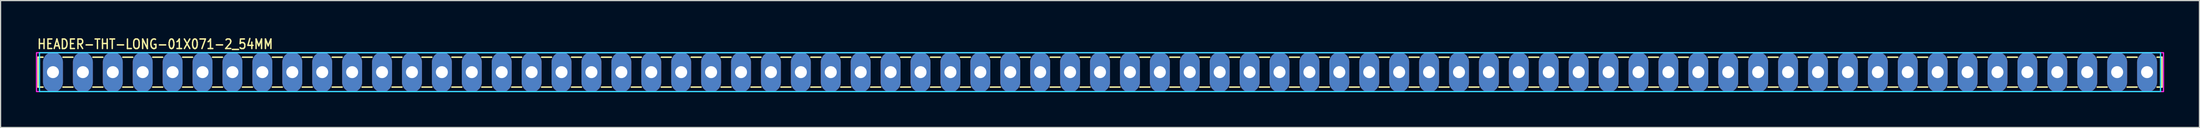
<source format=kicad_pcb>
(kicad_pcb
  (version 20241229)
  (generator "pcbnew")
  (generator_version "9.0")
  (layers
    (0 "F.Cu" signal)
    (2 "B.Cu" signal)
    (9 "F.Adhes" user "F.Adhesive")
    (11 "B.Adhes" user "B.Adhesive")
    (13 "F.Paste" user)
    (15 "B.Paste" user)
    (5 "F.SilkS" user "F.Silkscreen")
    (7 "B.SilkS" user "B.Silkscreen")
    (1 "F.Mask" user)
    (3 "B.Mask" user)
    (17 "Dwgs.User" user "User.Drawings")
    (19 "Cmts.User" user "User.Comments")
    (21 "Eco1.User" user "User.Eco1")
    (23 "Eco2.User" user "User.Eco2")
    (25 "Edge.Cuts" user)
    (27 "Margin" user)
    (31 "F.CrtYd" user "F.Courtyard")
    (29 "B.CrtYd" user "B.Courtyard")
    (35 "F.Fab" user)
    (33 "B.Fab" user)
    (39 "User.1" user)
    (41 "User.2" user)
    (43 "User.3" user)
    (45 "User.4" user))
  (footprint "HEADER-THT-LONG-01X071-2_54MM"
    (layer "F.Cu")
    (at 1.447 3.079)
    (property "Reference" "HEADER-THT-LONG-01X071-2_54MM" (at -1.4 -1.9 0) (unlocked yes) (layer "F.SilkS") (effects (font (size 0.813 0.695) (thickness 0.122)) (justify left bottom)))
    (fp_line (start -1.27 -1.27) (end -1.27 1.27) (stroke (width 0.127) (type solid)) (layer "F.SilkS"))
    (fp_line (start -1.27 1.27) (end -0.85 1.27) (stroke (width 0.127) (type solid)) (layer "F.SilkS"))
    (fp_line (start -0.85 -1.27) (end -1.27 -1.27) (stroke (width 0.127) (type solid)) (layer "F.SilkS"))
    (fp_line (start 0.85 -1.27) (end 1.69 -1.27) (stroke (width 0.127) (type solid)) (layer "F.SilkS"))
    (fp_line (start 0.85 1.27) (end 1.69 1.27) (stroke (width 0.127) (type solid)) (layer "F.SilkS"))
    (fp_line (start 3.39 -1.27) (end 4.23 -1.27) (stroke (width 0.127) (type solid)) (layer "F.SilkS"))
    (fp_line (start 3.39 1.27) (end 4.23 1.27) (stroke (width 0.127) (type solid)) (layer "F.SilkS"))
    (fp_line (start 5.93 -1.27) (end 6.77 -1.27) (stroke (width 0.127) (type solid)) (layer "F.SilkS"))
    (fp_line (start 5.93 1.27) (end 6.77 1.27) (stroke (width 0.127) (type solid)) (layer "F.SilkS"))
    (fp_line (start 8.47 -1.27) (end 9.31 -1.27) (stroke (width 0.127) (type solid)) (layer "F.SilkS"))
    (fp_line (start 8.47 1.27) (end 9.31 1.27) (stroke (width 0.127) (type solid)) (layer "F.SilkS"))
    (fp_line (start 11.01 -1.27) (end 11.85 -1.27) (stroke (width 0.127) (type solid)) (layer "F.SilkS"))
    (fp_line (start 11.01 1.27) (end 11.85 1.27) (stroke (width 0.127) (type solid)) (layer "F.SilkS"))
    (fp_line (start 13.55 -1.27) (end 14.39 -1.27) (stroke (width 0.127) (type solid)) (layer "F.SilkS"))
    (fp_line (start 13.55 1.27) (end 14.39 1.27) (stroke (width 0.127) (type solid)) (layer "F.SilkS"))
    (fp_line (start 16.09 -1.27) (end 16.93 -1.27) (stroke (width 0.127) (type solid)) (layer "F.SilkS"))
    (fp_line (start 16.09 1.27) (end 16.93 1.27) (stroke (width 0.127) (type solid)) (layer "F.SilkS"))
    (fp_line (start 18.63 -1.27) (end 19.47 -1.27) (stroke (width 0.127) (type solid)) (layer "F.SilkS"))
    (fp_line (start 18.63 1.27) (end 19.47 1.27) (stroke (width 0.127) (type solid)) (layer "F.SilkS"))
    (fp_line (start 21.17 -1.27) (end 22.01 -1.27) (stroke (width 0.127) (type solid)) (layer "F.SilkS"))
    (fp_line (start 21.17 1.27) (end 22.01 1.27) (stroke (width 0.127) (type solid)) (layer "F.SilkS"))
    (fp_line (start 23.71 -1.27) (end 24.55 -1.27) (stroke (width 0.127) (type solid)) (layer "F.SilkS"))
    (fp_line (start 23.71 1.27) (end 24.55 1.27) (stroke (width 0.127) (type solid)) (layer "F.SilkS"))
    (fp_line (start 26.25 -1.27) (end 27.09 -1.27) (stroke (width 0.127) (type solid)) (layer "F.SilkS"))
    (fp_line (start 26.25 1.27) (end 27.09 1.27) (stroke (width 0.127) (type solid)) (layer "F.SilkS"))
    (fp_line (start 28.79 -1.27) (end 29.63 -1.27) (stroke (width 0.127) (type solid)) (layer "F.SilkS"))
    (fp_line (start 28.79 1.27) (end 29.63 1.27) (stroke (width 0.127) (type solid)) (layer "F.SilkS"))
    (fp_line (start 31.33 -1.27) (end 32.17 -1.27) (stroke (width 0.127) (type solid)) (layer "F.SilkS"))
    (fp_line (start 31.33 1.27) (end 32.17 1.27) (stroke (width 0.127) (type solid)) (layer "F.SilkS"))
    (fp_line (start 33.87 -1.27) (end 34.71 -1.27) (stroke (width 0.127) (type solid)) (layer "F.SilkS"))
    (fp_line (start 33.87 1.27) (end 34.71 1.27) (stroke (width 0.127) (type solid)) (layer "F.SilkS"))
    (fp_line (start 36.41 -1.27) (end 37.25 -1.27) (stroke (width 0.127) (type solid)) (layer "F.SilkS"))
    (fp_line (start 36.41 1.27) (end 37.25 1.27) (stroke (width 0.127) (type solid)) (layer "F.SilkS"))
    (fp_line (start 38.95 -1.27) (end 39.79 -1.27) (stroke (width 0.127) (type solid)) (layer "F.SilkS"))
    (fp_line (start 38.95 1.27) (end 39.79 1.27) (stroke (width 0.127) (type solid)) (layer "F.SilkS"))
    (fp_line (start 41.49 -1.27) (end 42.33 -1.27) (stroke (width 0.127) (type solid)) (layer "F.SilkS"))
    (fp_line (start 41.49 1.27) (end 42.33 1.27) (stroke (width 0.127) (type solid)) (layer "F.SilkS"))
    (fp_line (start 44.03 -1.27) (end 44.87 -1.27) (stroke (width 0.127) (type solid)) (layer "F.SilkS"))
    (fp_line (start 44.03 1.27) (end 44.87 1.27) (stroke (width 0.127) (type solid)) (layer "F.SilkS"))
    (fp_line (start 46.57 -1.27) (end 47.41 -1.27) (stroke (width 0.127) (type solid)) (layer "F.SilkS"))
    (fp_line (start 46.57 1.27) (end 47.41 1.27) (stroke (width 0.127) (type solid)) (layer "F.SilkS"))
    (fp_line (start 49.11 -1.27) (end 49.95 -1.27) (stroke (width 0.127) (type solid)) (layer "F.SilkS"))
    (fp_line (start 49.11 1.27) (end 49.95 1.27) (stroke (width 0.127) (type solid)) (layer "F.SilkS"))
    (fp_line (start 51.65 -1.27) (end 52.49 -1.27) (stroke (width 0.127) (type solid)) (layer "F.SilkS"))
    (fp_line (start 51.65 1.27) (end 52.49 1.27) (stroke (width 0.127) (type solid)) (layer "F.SilkS"))
    (fp_line (start 54.19 -1.27) (end 55.03 -1.27) (stroke (width 0.127) (type solid)) (layer "F.SilkS"))
    (fp_line (start 54.19 1.27) (end 55.03 1.27) (stroke (width 0.127) (type solid)) (layer "F.SilkS"))
    (fp_line (start 56.73 -1.27) (end 57.57 -1.27) (stroke (width 0.127) (type solid)) (layer "F.SilkS"))
    (fp_line (start 56.73 1.27) (end 57.57 1.27) (stroke (width 0.127) (type solid)) (layer "F.SilkS"))
    (fp_line (start 59.27 -1.27) (end 60.11 -1.27) (stroke (width 0.127) (type solid)) (layer "F.SilkS"))
    (fp_line (start 59.27 1.27) (end 60.11 1.27) (stroke (width 0.127) (type solid)) (layer "F.SilkS"))
    (fp_line (start 61.81 -1.27) (end 62.65 -1.27) (stroke (width 0.127) (type solid)) (layer "F.SilkS"))
    (fp_line (start 61.81 1.27) (end 62.65 1.27) (stroke (width 0.127) (type solid)) (layer "F.SilkS"))
    (fp_line (start 64.35 -1.27) (end 65.19 -1.27) (stroke (width 0.127) (type solid)) (layer "F.SilkS"))
    (fp_line (start 64.35 1.27) (end 65.19 1.27) (stroke (width 0.127) (type solid)) (layer "F.SilkS"))
    (fp_line (start 66.89 -1.27) (end 67.73 -1.27) (stroke (width 0.127) (type solid)) (layer "F.SilkS"))
    (fp_line (start 66.89 1.27) (end 67.73 1.27) (stroke (width 0.127) (type solid)) (layer "F.SilkS"))
    (fp_line (start 69.43 -1.27) (end 70.27 -1.27) (stroke (width 0.127) (type solid)) (layer "F.SilkS"))
    (fp_line (start 69.43 1.27) (end 70.27 1.27) (stroke (width 0.127) (type solid)) (layer "F.SilkS"))
    (fp_line (start 71.97 -1.27) (end 72.81 -1.27) (stroke (width 0.127) (type solid)) (layer "F.SilkS"))
    (fp_line (start 71.97 1.27) (end 72.81 1.27) (stroke (width 0.127) (type solid)) (layer "F.SilkS"))
    (fp_line (start 74.51 -1.27) (end 75.35 -1.27) (stroke (width 0.127) (type solid)) (layer "F.SilkS"))
    (fp_line (start 74.51 1.27) (end 75.35 1.27) (stroke (width 0.127) (type solid)) (layer "F.SilkS"))
    (fp_line (start 77.05 -1.27) (end 77.89 -1.27) (stroke (width 0.127) (type solid)) (layer "F.SilkS"))
    (fp_line (start 77.05 1.27) (end 77.89 1.27) (stroke (width 0.127) (type solid)) (layer "F.SilkS"))
    (fp_line (start 79.59 -1.27) (end 80.43 -1.27) (stroke (width 0.127) (type solid)) (layer "F.SilkS"))
    (fp_line (start 79.59 1.27) (end 80.43 1.27) (stroke (width 0.127) (type solid)) (layer "F.SilkS"))
    (fp_line (start 82.13 -1.27) (end 82.97 -1.27) (stroke (width 0.127) (type solid)) (layer "F.SilkS"))
    (fp_line (start 82.13 1.27) (end 82.97 1.27) (stroke (width 0.127) (type solid)) (layer "F.SilkS"))
    (fp_line (start 84.67 -1.27) (end 85.51 -1.27) (stroke (width 0.127) (type solid)) (layer "F.SilkS"))
    (fp_line (start 84.67 1.27) (end 85.51 1.27) (stroke (width 0.127) (type solid)) (layer "F.SilkS"))
    (fp_line (start 87.21 -1.27) (end 88.05 -1.27) (stroke (width 0.127) (type solid)) (layer "F.SilkS"))
    (fp_line (start 87.21 1.27) (end 88.05 1.27) (stroke (width 0.127) (type solid)) (layer "F.SilkS"))
    (fp_line (start 89.75 -1.27) (end 90.59 -1.27) (stroke (width 0.127) (type solid)) (layer "F.SilkS"))
    (fp_line (start 89.75 1.27) (end 90.59 1.27) (stroke (width 0.127) (type solid)) (layer "F.SilkS"))
    (fp_line (start 92.29 -1.27) (end 93.13 -1.27) (stroke (width 0.127) (type solid)) (layer "F.SilkS"))
    (fp_line (start 92.29 1.27) (end 93.13 1.27) (stroke (width 0.127) (type solid)) (layer "F.SilkS"))
    (fp_line (start 94.83 -1.27) (end 95.67 -1.27) (stroke (width 0.127) (type solid)) (layer "F.SilkS"))
    (fp_line (start 94.83 1.27) (end 95.67 1.27) (stroke (width 0.127) (type solid)) (layer "F.SilkS"))
    (fp_line (start 97.37 -1.27) (end 98.21 -1.27) (stroke (width 0.127) (type solid)) (layer "F.SilkS"))
    (fp_line (start 97.37 1.27) (end 98.21 1.27) (stroke (width 0.127) (type solid)) (layer "F.SilkS"))
    (fp_line (start 99.91 -1.27) (end 100.75 -1.27) (stroke (width 0.127) (type solid)) (layer "F.SilkS"))
    (fp_line (start 99.91 1.27) (end 100.75 1.27) (stroke (width 0.127) (type solid)) (layer "F.SilkS"))
    (fp_line (start 102.45 -1.27) (end 103.29 -1.27) (stroke (width 0.127) (type solid)) (layer "F.SilkS"))
    (fp_line (start 102.45 1.27) (end 103.29 1.27) (stroke (width 0.127) (type solid)) (layer "F.SilkS"))
    (fp_line (start 104.99 -1.27) (end 105.83 -1.27) (stroke (width 0.127) (type solid)) (layer "F.SilkS"))
    (fp_line (start 104.99 1.27) (end 105.83 1.27) (stroke (width 0.127) (type solid)) (layer "F.SilkS"))
    (fp_line (start 107.53 -1.27) (end 108.37 -1.27) (stroke (width 0.127) (type solid)) (layer "F.SilkS"))
    (fp_line (start 107.53 1.27) (end 108.37 1.27) (stroke (width 0.127) (type solid)) (layer "F.SilkS"))
    (fp_line (start 110.07 -1.27) (end 110.91 -1.27) (stroke (width 0.127) (type solid)) (layer "F.SilkS"))
    (fp_line (start 110.07 1.27) (end 110.91 1.27) (stroke (width 0.127) (type solid)) (layer "F.SilkS"))
    (fp_line (start 112.61 -1.27) (end 113.45 -1.27) (stroke (width 0.127) (type solid)) (layer "F.SilkS"))
    (fp_line (start 112.61 1.27) (end 113.45 1.27) (stroke (width 0.127) (type solid)) (layer "F.SilkS"))
    (fp_line (start 115.15 -1.27) (end 115.99 -1.27) (stroke (width 0.127) (type solid)) (layer "F.SilkS"))
    (fp_line (start 115.15 1.27) (end 115.99 1.27) (stroke (width 0.127) (type solid)) (layer "F.SilkS"))
    (fp_line (start 117.69 -1.27) (end 118.53 -1.27) (stroke (width 0.127) (type solid)) (layer "F.SilkS"))
    (fp_line (start 117.69 1.27) (end 118.53 1.27) (stroke (width 0.127) (type solid)) (layer "F.SilkS"))
    (fp_line (start 120.23 -1.27) (end 121.07 -1.27) (stroke (width 0.127) (type solid)) (layer "F.SilkS"))
    (fp_line (start 120.23 1.27) (end 121.07 1.27) (stroke (width 0.127) (type solid)) (layer "F.SilkS"))
    (fp_line (start 122.77 -1.27) (end 123.61 -1.27) (stroke (width 0.127) (type solid)) (layer "F.SilkS"))
    (fp_line (start 122.77 1.27) (end 123.61 1.27) (stroke (width 0.127) (type solid)) (layer "F.SilkS"))
    (fp_line (start 125.31 -1.27) (end 126.15 -1.27) (stroke (width 0.127) (type solid)) (layer "F.SilkS"))
    (fp_line (start 125.31 1.27) (end 126.15 1.27) (stroke (width 0.127) (type solid)) (layer "F.SilkS"))
    (fp_line (start 127.85 -1.27) (end 128.69 -1.27) (stroke (width 0.127) (type solid)) (layer "F.SilkS"))
    (fp_line (start 127.85 1.27) (end 128.69 1.27) (stroke (width 0.127) (type solid)) (layer "F.SilkS"))
    (fp_line (start 130.39 -1.27) (end 131.23 -1.27) (stroke (width 0.127) (type solid)) (layer "F.SilkS"))
    (fp_line (start 130.39 1.27) (end 131.23 1.27) (stroke (width 0.127) (type solid)) (layer "F.SilkS"))
    (fp_line (start 132.93 -1.27) (end 133.77 -1.27) (stroke (width 0.127) (type solid)) (layer "F.SilkS"))
    (fp_line (start 132.93 1.27) (end 133.77 1.27) (stroke (width 0.127) (type solid)) (layer "F.SilkS"))
    (fp_line (start 135.47 -1.27) (end 136.31 -1.27) (stroke (width 0.127) (type solid)) (layer "F.SilkS"))
    (fp_line (start 135.47 1.27) (end 136.31 1.27) (stroke (width 0.127) (type solid)) (layer "F.SilkS"))
    (fp_line (start 138.01 -1.27) (end 138.85 -1.27) (stroke (width 0.127) (type solid)) (layer "F.SilkS"))
    (fp_line (start 138.01 1.27) (end 138.85 1.27) (stroke (width 0.127) (type solid)) (layer "F.SilkS"))
    (fp_line (start 140.55 -1.27) (end 141.39 -1.27) (stroke (width 0.127) (type solid)) (layer "F.SilkS"))
    (fp_line (start 140.55 1.27) (end 141.39 1.27) (stroke (width 0.127) (type solid)) (layer "F.SilkS"))
    (fp_line (start 143.09 -1.27) (end 143.93 -1.27) (stroke (width 0.127) (type solid)) (layer "F.SilkS"))
    (fp_line (start 143.09 1.27) (end 143.93 1.27) (stroke (width 0.127) (type solid)) (layer "F.SilkS"))
    (fp_line (start 145.63 -1.27) (end 146.47 -1.27) (stroke (width 0.127) (type solid)) (layer "F.SilkS"))
    (fp_line (start 145.63 1.27) (end 146.47 1.27) (stroke (width 0.127) (type solid)) (layer "F.SilkS"))
    (fp_line (start 148.17 -1.27) (end 149.01 -1.27) (stroke (width 0.127) (type solid)) (layer "F.SilkS"))
    (fp_line (start 148.17 1.27) (end 149.01 1.27) (stroke (width 0.127) (type solid)) (layer "F.SilkS"))
    (fp_line (start 150.71 -1.27) (end 151.55 -1.27) (stroke (width 0.127) (type solid)) (layer "F.SilkS"))
    (fp_line (start 150.71 1.27) (end 151.55 1.27) (stroke (width 0.127) (type solid)) (layer "F.SilkS"))
    (fp_line (start 153.25 -1.27) (end 154.09 -1.27) (stroke (width 0.127) (type solid)) (layer "F.SilkS"))
    (fp_line (start 153.25 1.27) (end 154.09 1.27) (stroke (width 0.127) (type solid)) (layer "F.SilkS"))
    (fp_line (start 155.79 -1.27) (end 156.63 -1.27) (stroke (width 0.127) (type solid)) (layer "F.SilkS"))
    (fp_line (start 155.79 1.27) (end 156.63 1.27) (stroke (width 0.127) (type solid)) (layer "F.SilkS"))
    (fp_line (start 158.33 -1.27) (end 159.17 -1.27) (stroke (width 0.127) (type solid)) (layer "F.SilkS"))
    (fp_line (start 158.33 1.27) (end 159.17 1.27) (stroke (width 0.127) (type solid)) (layer "F.SilkS"))
    (fp_line (start 160.87 -1.27) (end 161.71 -1.27) (stroke (width 0.127) (type solid)) (layer "F.SilkS"))
    (fp_line (start 160.87 1.27) (end 161.71 1.27) (stroke (width 0.127) (type solid)) (layer "F.SilkS"))
    (fp_line (start 163.41 -1.27) (end 164.25 -1.27) (stroke (width 0.127) (type solid)) (layer "F.SilkS"))
    (fp_line (start 163.41 1.27) (end 164.25 1.27) (stroke (width 0.127) (type solid)) (layer "F.SilkS"))
    (fp_line (start 165.95 -1.27) (end 166.79 -1.27) (stroke (width 0.127) (type solid)) (layer "F.SilkS"))
    (fp_line (start 165.95 1.27) (end 166.79 1.27) (stroke (width 0.127) (type solid)) (layer "F.SilkS"))
    (fp_line (start 168.49 -1.27) (end 169.33 -1.27) (stroke (width 0.127) (type solid)) (layer "F.SilkS"))
    (fp_line (start 168.49 1.27) (end 169.33 1.27) (stroke (width 0.127) (type solid)) (layer "F.SilkS"))
    (fp_line (start 171.03 -1.27) (end 171.87 -1.27) (stroke (width 0.127) (type solid)) (layer "F.SilkS"))
    (fp_line (start 171.03 1.27) (end 171.87 1.27) (stroke (width 0.127) (type solid)) (layer "F.SilkS"))
    (fp_line (start 173.57 -1.27) (end 174.41 -1.27) (stroke (width 0.127) (type solid)) (layer "F.SilkS"))
    (fp_line (start 173.57 1.27) (end 174.41 1.27) (stroke (width 0.127) (type solid)) (layer "F.SilkS"))
    (fp_line (start 176.11 -1.27) (end 176.95 -1.27) (stroke (width 0.127) (type solid)) (layer "F.SilkS"))
    (fp_line (start 176.11 1.27) (end 176.95 1.27) (stroke (width 0.127) (type solid)) (layer "F.SilkS"))
    (fp_line (start 178.65 -1.27) (end 179.07 -1.27) (stroke (width 0.127) (type solid)) (layer "F.SilkS"))
    (fp_line (start 179.07 -1.27) (end 179.07 1.27) (stroke (width 0.127) (type solid)) (layer "F.SilkS"))
    (fp_line (start 179.07 1.27) (end 178.65 1.27) (stroke (width 0.127) (type solid)) (layer "F.SilkS"))
    (fp_poly (pts (xy -1.143 -1.651) (xy 178.943 -1.651) (xy 178.943 1.651) (xy -1.143 1.651)) (stroke (width 0.1) (type solid)) (fill no) (layer "B.CrtYd"))
    (fp_poly (pts (xy -1.397 -1.651) (xy 179.197 -1.651) (xy 179.197 1.651) (xy -1.397 1.651)) (stroke (width 0.1) (type solid)) (fill no) (layer "F.CrtYd"))
    (pad "1" thru_hole oval (at 0 0 90) (size 3.387 1.693) (drill 1.016) (layers "*.Cu" "*.Mask"))
    (pad "2" thru_hole oval (at 2.54 0 90) (size 3.387 1.693) (drill 1.016) (layers "*.Cu" "*.Mask"))
    (pad "3" thru_hole oval (at 5.08 0 90) (size 3.387 1.693) (drill 1.016) (layers "*.Cu" "*.Mask"))
    (pad "4" thru_hole oval (at 7.62 0 90) (size 3.387 1.693) (drill 1.016) (layers "*.Cu" "*.Mask"))
    (pad "5" thru_hole oval (at 10.16 0 90) (size 3.387 1.693) (drill 1.016) (layers "*.Cu" "*.Mask"))
    (pad "6" thru_hole oval (at 12.7 0 90) (size 3.387 1.693) (drill 1.016) (layers "*.Cu" "*.Mask"))
    (pad "7" thru_hole oval (at 15.24 0 90) (size 3.387 1.693) (drill 1.016) (layers "*.Cu" "*.Mask"))
    (pad "8" thru_hole oval (at 17.78 0 90) (size 3.387 1.693) (drill 1.016) (layers "*.Cu" "*.Mask"))
    (pad "9" thru_hole oval (at 20.32 0 90) (size 3.387 1.693) (drill 1.016) (layers "*.Cu" "*.Mask"))
    (pad "10" thru_hole oval (at 22.86 0 90) (size 3.387 1.693) (drill 1.016) (layers "*.Cu" "*.Mask"))
    (pad "11" thru_hole oval (at 25.4 0 90) (size 3.387 1.693) (drill 1.016) (layers "*.Cu" "*.Mask"))
    (pad "12" thru_hole oval (at 27.94 0 90) (size 3.387 1.693) (drill 1.016) (layers "*.Cu" "*.Mask"))
    (pad "13" thru_hole oval (at 30.48 0 90) (size 3.387 1.693) (drill 1.016) (layers "*.Cu" "*.Mask"))
    (pad "14" thru_hole oval (at 33.02 0 90) (size 3.387 1.693) (drill 1.016) (layers "*.Cu" "*.Mask"))
    (pad "15" thru_hole oval (at 35.56 0 90) (size 3.387 1.693) (drill 1.016) (layers "*.Cu" "*.Mask"))
    (pad "16" thru_hole oval (at 38.1 0 90) (size 3.387 1.693) (drill 1.016) (layers "*.Cu" "*.Mask"))
    (pad "17" thru_hole oval (at 40.64 0 90) (size 3.387 1.693) (drill 1.016) (layers "*.Cu" "*.Mask"))
    (pad "18" thru_hole oval (at 43.18 0 90) (size 3.387 1.693) (drill 1.016) (layers "*.Cu" "*.Mask"))
    (pad "19" thru_hole oval (at 45.72 0 90) (size 3.387 1.693) (drill 1.016) (layers "*.Cu" "*.Mask"))
    (pad "20" thru_hole oval (at 48.26 0 90) (size 3.387 1.693) (drill 1.016) (layers "*.Cu" "*.Mask"))
    (pad "21" thru_hole oval (at 50.8 0 90) (size 3.387 1.693) (drill 1.016) (layers "*.Cu" "*.Mask"))
    (pad "22" thru_hole oval (at 53.34 0 90) (size 3.387 1.693) (drill 1.016) (layers "*.Cu" "*.Mask"))
    (pad "23" thru_hole oval (at 55.88 0 90) (size 3.387 1.693) (drill 1.016) (layers "*.Cu" "*.Mask"))
    (pad "24" thru_hole oval (at 58.42 0 90) (size 3.387 1.693) (drill 1.016) (layers "*.Cu" "*.Mask"))
    (pad "25" thru_hole oval (at 60.96 0 90) (size 3.387 1.693) (drill 1.016) (layers "*.Cu" "*.Mask"))
    (pad "26" thru_hole oval (at 63.5 0 90) (size 3.387 1.693) (drill 1.016) (layers "*.Cu" "*.Mask"))
    (pad "27" thru_hole oval (at 66.04 0 90) (size 3.387 1.693) (drill 1.016) (layers "*.Cu" "*.Mask"))
    (pad "28" thru_hole oval (at 68.58 0 90) (size 3.387 1.693) (drill 1.016) (layers "*.Cu" "*.Mask"))
    (pad "29" thru_hole oval (at 71.12 0 90) (size 3.387 1.693) (drill 1.016) (layers "*.Cu" "*.Mask"))
    (pad "30" thru_hole oval (at 73.66 0 90) (size 3.387 1.693) (drill 1.016) (layers "*.Cu" "*.Mask"))
    (pad "31" thru_hole oval (at 76.2 0 90) (size 3.387 1.693) (drill 1.016) (layers "*.Cu" "*.Mask"))
    (pad "32" thru_hole oval (at 78.74 0 90) (size 3.387 1.693) (drill 1.016) (layers "*.Cu" "*.Mask"))
    (pad "33" thru_hole oval (at 81.28 0 90) (size 3.387 1.693) (drill 1.016) (layers "*.Cu" "*.Mask"))
    (pad "34" thru_hole oval (at 83.82 0 90) (size 3.387 1.693) (drill 1.016) (layers "*.Cu" "*.Mask"))
    (pad "35" thru_hole oval (at 86.36 0 90) (size 3.387 1.693) (drill 1.016) (layers "*.Cu" "*.Mask"))
    (pad "36" thru_hole oval (at 88.9 0 90) (size 3.387 1.693) (drill 1.016) (layers "*.Cu" "*.Mask"))
    (pad "37" thru_hole oval (at 91.44 0 90) (size 3.387 1.693) (drill 1.016) (layers "*.Cu" "*.Mask"))
    (pad "38" thru_hole oval (at 93.98 0 90) (size 3.387 1.693) (drill 1.016) (layers "*.Cu" "*.Mask"))
    (pad "39" thru_hole oval (at 96.52 0 90) (size 3.387 1.693) (drill 1.016) (layers "*.Cu" "*.Mask"))
    (pad "40" thru_hole oval (at 99.06 0 90) (size 3.387 1.693) (drill 1.016) (layers "*.Cu" "*.Mask"))
    (pad "41" thru_hole oval (at 101.6 0 90) (size 3.387 1.693) (drill 1.016) (layers "*.Cu" "*.Mask"))
    (pad "42" thru_hole oval (at 104.14 0 90) (size 3.387 1.693) (drill 1.016) (layers "*.Cu" "*.Mask"))
    (pad "43" thru_hole oval (at 106.68 0 90) (size 3.387 1.693) (drill 1.016) (layers "*.Cu" "*.Mask"))
    (pad "44" thru_hole oval (at 109.22 0 90) (size 3.387 1.693) (drill 1.016) (layers "*.Cu" "*.Mask"))
    (pad "45" thru_hole oval (at 111.76 0 90) (size 3.387 1.693) (drill 1.016) (layers "*.Cu" "*.Mask"))
    (pad "46" thru_hole oval (at 114.3 0 90) (size 3.387 1.693) (drill 1.016) (layers "*.Cu" "*.Mask"))
    (pad "47" thru_hole oval (at 116.84 0 90) (size 3.387 1.693) (drill 1.016) (layers "*.Cu" "*.Mask"))
    (pad "48" thru_hole oval (at 119.38 0 90) (size 3.387 1.693) (drill 1.016) (layers "*.Cu" "*.Mask"))
    (pad "49" thru_hole oval (at 121.92 0 90) (size 3.387 1.693) (drill 1.016) (layers "*.Cu" "*.Mask"))
    (pad "50" thru_hole oval (at 124.46 0 90) (size 3.387 1.693) (drill 1.016) (layers "*.Cu" "*.Mask"))
    (pad "51" thru_hole oval (at 127 0 90) (size 3.387 1.693) (drill 1.016) (layers "*.Cu" "*.Mask"))
    (pad "52" thru_hole oval (at 129.54 0 90) (size 3.387 1.693) (drill 1.016) (layers "*.Cu" "*.Mask"))
    (pad "53" thru_hole oval (at 132.08 0 90) (size 3.387 1.693) (drill 1.016) (layers "*.Cu" "*.Mask"))
    (pad "54" thru_hole oval (at 134.62 0 90) (size 3.387 1.693) (drill 1.016) (layers "*.Cu" "*.Mask"))
    (pad "55" thru_hole oval (at 137.16 0 90) (size 3.387 1.693) (drill 1.016) (layers "*.Cu" "*.Mask"))
    (pad "56" thru_hole oval (at 139.7 0 90) (size 3.387 1.693) (drill 1.016) (layers "*.Cu" "*.Mask"))
    (pad "57" thru_hole oval (at 142.24 0 90) (size 3.387 1.693) (drill 1.016) (layers "*.Cu" "*.Mask"))
    (pad "58" thru_hole oval (at 144.78 0 90) (size 3.387 1.693) (drill 1.016) (layers "*.Cu" "*.Mask"))
    (pad "59" thru_hole oval (at 147.32 0 90) (size 3.387 1.693) (drill 1.016) (layers "*.Cu" "*.Mask"))
    (pad "60" thru_hole oval (at 149.86 0 90) (size 3.387 1.693) (drill 1.016) (layers "*.Cu" "*.Mask"))
    (pad "61" thru_hole oval (at 152.4 0 90) (size 3.387 1.693) (drill 1.016) (layers "*.Cu" "*.Mask"))
    (pad "62" thru_hole oval (at 154.94 0 90) (size 3.387 1.693) (drill 1.016) (layers "*.Cu" "*.Mask"))
    (pad "63" thru_hole oval (at 157.48 0 90) (size 3.387 1.693) (drill 1.016) (layers "*.Cu" "*.Mask"))
    (pad "64" thru_hole oval (at 160.02 0 90) (size 3.387 1.693) (drill 1.016) (layers "*.Cu" "*.Mask"))
    (pad "65" thru_hole oval (at 162.56 0 90) (size 3.387 1.693) (drill 1.016) (layers "*.Cu" "*.Mask"))
    (pad "66" thru_hole oval (at 165.1 0 90) (size 3.387 1.693) (drill 1.016) (layers "*.Cu" "*.Mask"))
    (pad "67" thru_hole oval (at 167.64 0 90) (size 3.387 1.693) (drill 1.016) (layers "*.Cu" "*.Mask"))
    (pad "68" thru_hole oval (at 170.18 0 90) (size 3.387 1.693) (drill 1.016) (layers "*.Cu" "*.Mask"))
    (pad "69" thru_hole oval (at 172.72 0 90) (size 3.387 1.693) (drill 1.016) (layers "*.Cu" "*.Mask"))
    (pad "70" thru_hole oval (at 175.26 0 90) (size 3.387 1.693) (drill 1.016) (layers "*.Cu" "*.Mask"))
    (pad "71" thru_hole oval (at 177.8 0 90) (size 3.387 1.693) (drill 1.016) (layers "*.Cu" "*.Mask")))
  (gr_rect
    (start -3 -3)
    (end 183.694 7.78)
    (stroke (width 0.1) (type default))
    (fill no)
    (layer "Edge.Cuts")))
</source>
